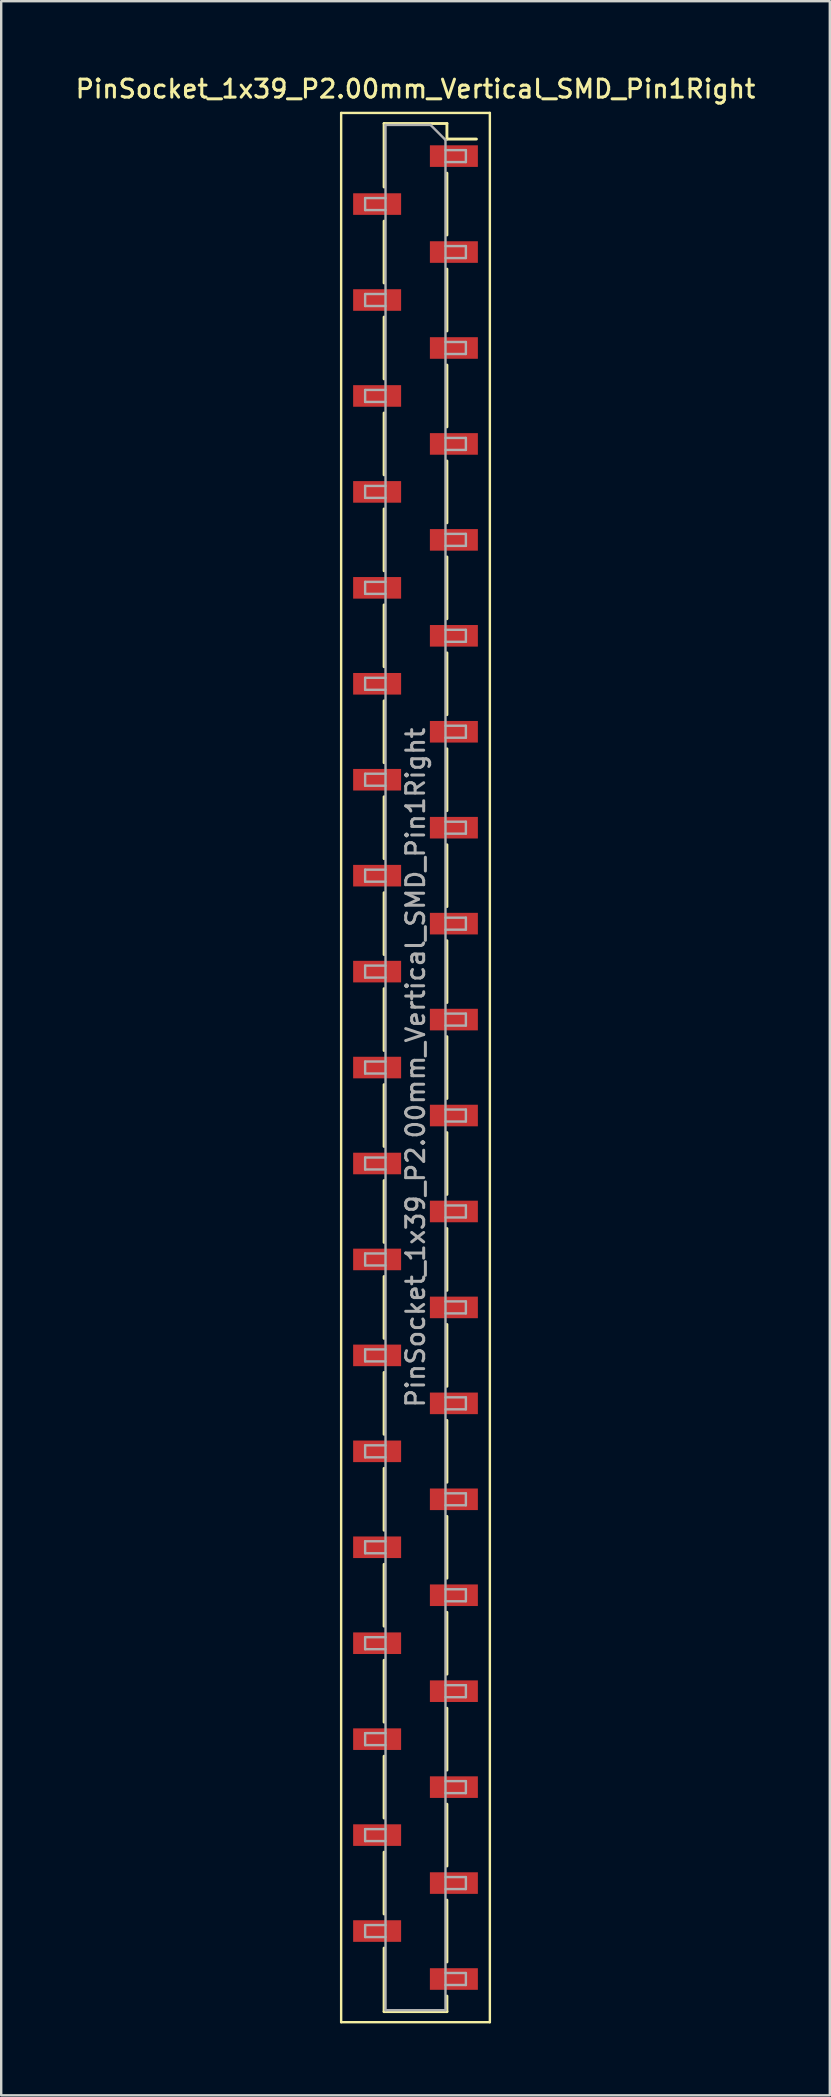
<source format=kicad_pcb>
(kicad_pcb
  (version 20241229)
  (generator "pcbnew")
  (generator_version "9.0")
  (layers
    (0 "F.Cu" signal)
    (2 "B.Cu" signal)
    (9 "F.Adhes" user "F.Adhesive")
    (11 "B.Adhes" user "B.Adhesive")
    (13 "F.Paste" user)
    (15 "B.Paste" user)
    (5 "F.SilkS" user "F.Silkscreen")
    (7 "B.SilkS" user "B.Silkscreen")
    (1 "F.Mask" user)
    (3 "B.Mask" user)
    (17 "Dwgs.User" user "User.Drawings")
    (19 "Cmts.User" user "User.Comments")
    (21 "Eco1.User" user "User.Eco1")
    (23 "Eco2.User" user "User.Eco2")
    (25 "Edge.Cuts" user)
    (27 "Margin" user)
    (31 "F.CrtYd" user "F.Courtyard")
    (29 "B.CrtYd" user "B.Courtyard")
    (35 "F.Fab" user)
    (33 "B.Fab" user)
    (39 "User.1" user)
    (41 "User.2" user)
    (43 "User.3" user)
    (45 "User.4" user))
  (footprint "PinSocket_1x39_P2.00mm_Vertical_SMD_Pin1Right"
    (layer "F.Cu")
    (at 14.273 41.458)
    (property "Reference" "PinSocket_1x39_P2.00mm_Vertical_SMD_Pin1Right" (at 0 -40.8 0) (layer "F.SilkS") (effects (font (size 0.75 0.75) (thickness 0.125))))
    (attr smd)
    (fp_line (start -3.1 -39.8) (end 3.1 -39.8) (stroke (width 0.1) (type solid)) (layer "F.SilkS"))
    (fp_line (start -3.1 39.8) (end -3.1 -39.8) (stroke (width 0.1) (type solid)) (layer "F.SilkS"))
    (fp_line (start -1.31 -39.36) (end -1.31 -36.71) (stroke (width 0.12) (type solid)) (layer "F.SilkS"))
    (fp_line (start -1.31 -39.36) (end 1.31 -39.36) (stroke (width 0.12) (type solid)) (layer "F.SilkS"))
    (fp_line (start -1.31 -35.29) (end -1.31 -32.71) (stroke (width 0.12) (type solid)) (layer "F.SilkS"))
    (fp_line (start -1.31 -31.29) (end -1.31 -28.71) (stroke (width 0.12) (type solid)) (layer "F.SilkS"))
    (fp_line (start -1.31 -27.29) (end -1.31 -24.71) (stroke (width 0.12) (type solid)) (layer "F.SilkS"))
    (fp_line (start -1.31 -23.29) (end -1.31 -20.71) (stroke (width 0.12) (type solid)) (layer "F.SilkS"))
    (fp_line (start -1.31 -19.29) (end -1.31 -16.71) (stroke (width 0.12) (type solid)) (layer "F.SilkS"))
    (fp_line (start -1.31 -15.29) (end -1.31 -12.71) (stroke (width 0.12) (type solid)) (layer "F.SilkS"))
    (fp_line (start -1.31 -11.29) (end -1.31 -8.71) (stroke (width 0.12) (type solid)) (layer "F.SilkS"))
    (fp_line (start -1.31 -7.29) (end -1.31 -4.71) (stroke (width 0.12) (type solid)) (layer "F.SilkS"))
    (fp_line (start -1.31 -3.29) (end -1.31 -0.71) (stroke (width 0.12) (type solid)) (layer "F.SilkS"))
    (fp_line (start -1.31 0.71) (end -1.31 3.29) (stroke (width 0.12) (type solid)) (layer "F.SilkS"))
    (fp_line (start -1.31 4.71) (end -1.31 7.29) (stroke (width 0.12) (type solid)) (layer "F.SilkS"))
    (fp_line (start -1.31 8.71) (end -1.31 11.29) (stroke (width 0.12) (type solid)) (layer "F.SilkS"))
    (fp_line (start -1.31 12.71) (end -1.31 15.29) (stroke (width 0.12) (type solid)) (layer "F.SilkS"))
    (fp_line (start -1.31 16.71) (end -1.31 19.29) (stroke (width 0.12) (type solid)) (layer "F.SilkS"))
    (fp_line (start -1.31 20.71) (end -1.31 23.29) (stroke (width 0.12) (type solid)) (layer "F.SilkS"))
    (fp_line (start -1.31 24.71) (end -1.31 27.29) (stroke (width 0.12) (type solid)) (layer "F.SilkS"))
    (fp_line (start -1.31 28.71) (end -1.31 31.29) (stroke (width 0.12) (type solid)) (layer "F.SilkS"))
    (fp_line (start -1.31 32.71) (end -1.31 35.29) (stroke (width 0.12) (type solid)) (layer "F.SilkS"))
    (fp_line (start -1.31 36.71) (end -1.31 39.36) (stroke (width 0.12) (type solid)) (layer "F.SilkS"))
    (fp_line (start -1.31 39.36) (end 1.31 39.36) (stroke (width 0.12) (type solid)) (layer "F.SilkS"))
    (fp_line (start 1.31 -39.36) (end 1.31 -38.71) (stroke (width 0.12) (type solid)) (layer "F.SilkS"))
    (fp_line (start 1.31 -38.71) (end 2.54 -38.71) (stroke (width 0.12) (type solid)) (layer "F.SilkS"))
    (fp_line (start 1.31 -37.29) (end 1.31 -34.71) (stroke (width 0.12) (type solid)) (layer "F.SilkS"))
    (fp_line (start 1.31 -33.29) (end 1.31 -30.71) (stroke (width 0.12) (type solid)) (layer "F.SilkS"))
    (fp_line (start 1.31 -29.29) (end 1.31 -26.71) (stroke (width 0.12) (type solid)) (layer "F.SilkS"))
    (fp_line (start 1.31 -25.29) (end 1.31 -22.71) (stroke (width 0.12) (type solid)) (layer "F.SilkS"))
    (fp_line (start 1.31 -21.29) (end 1.31 -18.71) (stroke (width 0.12) (type solid)) (layer "F.SilkS"))
    (fp_line (start 1.31 -17.29) (end 1.31 -14.71) (stroke (width 0.12) (type solid)) (layer "F.SilkS"))
    (fp_line (start 1.31 -13.29) (end 1.31 -10.71) (stroke (width 0.12) (type solid)) (layer "F.SilkS"))
    (fp_line (start 1.31 -9.29) (end 1.31 -6.71) (stroke (width 0.12) (type solid)) (layer "F.SilkS"))
    (fp_line (start 1.31 -5.29) (end 1.31 -2.71) (stroke (width 0.12) (type solid)) (layer "F.SilkS"))
    (fp_line (start 1.31 -1.29) (end 1.31 1.29) (stroke (width 0.12) (type solid)) (layer "F.SilkS"))
    (fp_line (start 1.31 2.71) (end 1.31 5.29) (stroke (width 0.12) (type solid)) (layer "F.SilkS"))
    (fp_line (start 1.31 6.71) (end 1.31 9.29) (stroke (width 0.12) (type solid)) (layer "F.SilkS"))
    (fp_line (start 1.31 10.71) (end 1.31 13.29) (stroke (width 0.12) (type solid)) (layer "F.SilkS"))
    (fp_line (start 1.31 14.71) (end 1.31 17.29) (stroke (width 0.12) (type solid)) (layer "F.SilkS"))
    (fp_line (start 1.31 18.71) (end 1.31 21.29) (stroke (width 0.12) (type solid)) (layer "F.SilkS"))
    (fp_line (start 1.31 22.71) (end 1.31 25.29) (stroke (width 0.12) (type solid)) (layer "F.SilkS"))
    (fp_line (start 1.31 26.71) (end 1.31 29.29) (stroke (width 0.12) (type solid)) (layer "F.SilkS"))
    (fp_line (start 1.31 30.71) (end 1.31 33.29) (stroke (width 0.12) (type solid)) (layer "F.SilkS"))
    (fp_line (start 1.31 34.71) (end 1.31 37.29) (stroke (width 0.12) (type solid)) (layer "F.SilkS"))
    (fp_line (start 1.31 38.71) (end 1.31 39.36) (stroke (width 0.12) (type solid)) (layer "F.SilkS"))
    (fp_line (start 3.1 -39.8) (end 3.1 39.8) (stroke (width 0.1) (type solid)) (layer "F.SilkS"))
    (fp_line (start 3.1 39.8) (end -3.1 39.8) (stroke (width 0.1) (type solid)) (layer "F.SilkS"))
    (fp_line (start -2.1 -36.25) (end -1.25 -36.25) (stroke (width 0.1) (type solid)) (layer "F.Fab"))
    (fp_line (start -2.1 -35.75) (end -2.1 -36.25) (stroke (width 0.1) (type solid)) (layer "F.Fab"))
    (fp_line (start -2.1 -32.25) (end -1.25 -32.25) (stroke (width 0.1) (type solid)) (layer "F.Fab"))
    (fp_line (start -2.1 -31.75) (end -2.1 -32.25) (stroke (width 0.1) (type solid)) (layer "F.Fab"))
    (fp_line (start -2.1 -28.25) (end -1.25 -28.25) (stroke (width 0.1) (type solid)) (layer "F.Fab"))
    (fp_line (start -2.1 -27.75) (end -2.1 -28.25) (stroke (width 0.1) (type solid)) (layer "F.Fab"))
    (fp_line (start -2.1 -24.25) (end -1.25 -24.25) (stroke (width 0.1) (type solid)) (layer "F.Fab"))
    (fp_line (start -2.1 -23.75) (end -2.1 -24.25) (stroke (width 0.1) (type solid)) (layer "F.Fab"))
    (fp_line (start -2.1 -20.25) (end -1.25 -20.25) (stroke (width 0.1) (type solid)) (layer "F.Fab"))
    (fp_line (start -2.1 -19.75) (end -2.1 -20.25) (stroke (width 0.1) (type solid)) (layer "F.Fab"))
    (fp_line (start -2.1 -16.25) (end -1.25 -16.25) (stroke (width 0.1) (type solid)) (layer "F.Fab"))
    (fp_line (start -2.1 -15.75) (end -2.1 -16.25) (stroke (width 0.1) (type solid)) (layer "F.Fab"))
    (fp_line (start -2.1 -12.25) (end -1.25 -12.25) (stroke (width 0.1) (type solid)) (layer "F.Fab"))
    (fp_line (start -2.1 -11.75) (end -2.1 -12.25) (stroke (width 0.1) (type solid)) (layer "F.Fab"))
    (fp_line (start -2.1 -8.25) (end -1.25 -8.25) (stroke (width 0.1) (type solid)) (layer "F.Fab"))
    (fp_line (start -2.1 -7.75) (end -2.1 -8.25) (stroke (width 0.1) (type solid)) (layer "F.Fab"))
    (fp_line (start -2.1 -4.25) (end -1.25 -4.25) (stroke (width 0.1) (type solid)) (layer "F.Fab"))
    (fp_line (start -2.1 -3.75) (end -2.1 -4.25) (stroke (width 0.1) (type solid)) (layer "F.Fab"))
    (fp_line (start -2.1 -0.25) (end -1.25 -0.25) (stroke (width 0.1) (type solid)) (layer "F.Fab"))
    (fp_line (start -2.1 0.25) (end -2.1 -0.25) (stroke (width 0.1) (type solid)) (layer "F.Fab"))
    (fp_line (start -2.1 3.75) (end -1.25 3.75) (stroke (width 0.1) (type solid)) (layer "F.Fab"))
    (fp_line (start -2.1 4.25) (end -2.1 3.75) (stroke (width 0.1) (type solid)) (layer "F.Fab"))
    (fp_line (start -2.1 7.75) (end -1.25 7.75) (stroke (width 0.1) (type solid)) (layer "F.Fab"))
    (fp_line (start -2.1 8.25) (end -2.1 7.75) (stroke (width 0.1) (type solid)) (layer "F.Fab"))
    (fp_line (start -2.1 11.75) (end -1.25 11.75) (stroke (width 0.1) (type solid)) (layer "F.Fab"))
    (fp_line (start -2.1 12.25) (end -2.1 11.75) (stroke (width 0.1) (type solid)) (layer "F.Fab"))
    (fp_line (start -2.1 15.75) (end -1.25 15.75) (stroke (width 0.1) (type solid)) (layer "F.Fab"))
    (fp_line (start -2.1 16.25) (end -2.1 15.75) (stroke (width 0.1) (type solid)) (layer "F.Fab"))
    (fp_line (start -2.1 19.75) (end -1.25 19.75) (stroke (width 0.1) (type solid)) (layer "F.Fab"))
    (fp_line (start -2.1 20.25) (end -2.1 19.75) (stroke (width 0.1) (type solid)) (layer "F.Fab"))
    (fp_line (start -2.1 23.75) (end -1.25 23.75) (stroke (width 0.1) (type solid)) (layer "F.Fab"))
    (fp_line (start -2.1 24.25) (end -2.1 23.75) (stroke (width 0.1) (type solid)) (layer "F.Fab"))
    (fp_line (start -2.1 27.75) (end -1.25 27.75) (stroke (width 0.1) (type solid)) (layer "F.Fab"))
    (fp_line (start -2.1 28.25) (end -2.1 27.75) (stroke (width 0.1) (type solid)) (layer "F.Fab"))
    (fp_line (start -2.1 31.75) (end -1.25 31.75) (stroke (width 0.1) (type solid)) (layer "F.Fab"))
    (fp_line (start -2.1 32.25) (end -2.1 31.75) (stroke (width 0.1) (type solid)) (layer "F.Fab"))
    (fp_line (start -2.1 35.75) (end -1.25 35.75) (stroke (width 0.1) (type solid)) (layer "F.Fab"))
    (fp_line (start -2.1 36.25) (end -2.1 35.75) (stroke (width 0.1) (type solid)) (layer "F.Fab"))
    (fp_line (start -1.25 -39.3) (end 0.625 -39.3) (stroke (width 0.1) (type solid)) (layer "F.Fab"))
    (fp_line (start -1.25 -35.75) (end -2.1 -35.75) (stroke (width 0.1) (type solid)) (layer "F.Fab"))
    (fp_line (start -1.25 -31.75) (end -2.1 -31.75) (stroke (width 0.1) (type solid)) (layer "F.Fab"))
    (fp_line (start -1.25 -27.75) (end -2.1 -27.75) (stroke (width 0.1) (type solid)) (layer "F.Fab"))
    (fp_line (start -1.25 -23.75) (end -2.1 -23.75) (stroke (width 0.1) (type solid)) (layer "F.Fab"))
    (fp_line (start -1.25 -19.75) (end -2.1 -19.75) (stroke (width 0.1) (type solid)) (layer "F.Fab"))
    (fp_line (start -1.25 -15.75) (end -2.1 -15.75) (stroke (width 0.1) (type solid)) (layer "F.Fab"))
    (fp_line (start -1.25 -11.75) (end -2.1 -11.75) (stroke (width 0.1) (type solid)) (layer "F.Fab"))
    (fp_line (start -1.25 -7.75) (end -2.1 -7.75) (stroke (width 0.1) (type solid)) (layer "F.Fab"))
    (fp_line (start -1.25 -3.75) (end -2.1 -3.75) (stroke (width 0.1) (type solid)) (layer "F.Fab"))
    (fp_line (start -1.25 0.25) (end -2.1 0.25) (stroke (width 0.1) (type solid)) (layer "F.Fab"))
    (fp_line (start -1.25 4.25) (end -2.1 4.25) (stroke (width 0.1) (type solid)) (layer "F.Fab"))
    (fp_line (start -1.25 8.25) (end -2.1 8.25) (stroke (width 0.1) (type solid)) (layer "F.Fab"))
    (fp_line (start -1.25 12.25) (end -2.1 12.25) (stroke (width 0.1) (type solid)) (layer "F.Fab"))
    (fp_line (start -1.25 16.25) (end -2.1 16.25) (stroke (width 0.1) (type solid)) (layer "F.Fab"))
    (fp_line (start -1.25 20.25) (end -2.1 20.25) (stroke (width 0.1) (type solid)) (layer "F.Fab"))
    (fp_line (start -1.25 24.25) (end -2.1 24.25) (stroke (width 0.1) (type solid)) (layer "F.Fab"))
    (fp_line (start -1.25 28.25) (end -2.1 28.25) (stroke (width 0.1) (type solid)) (layer "F.Fab"))
    (fp_line (start -1.25 32.25) (end -2.1 32.25) (stroke (width 0.1) (type solid)) (layer "F.Fab"))
    (fp_line (start -1.25 36.25) (end -2.1 36.25) (stroke (width 0.1) (type solid)) (layer "F.Fab"))
    (fp_line (start -1.25 39.3) (end -1.25 -39.3) (stroke (width 0.1) (type solid)) (layer "F.Fab"))
    (fp_line (start 0.625 -39.3) (end 1.25 -38.675) (stroke (width 0.1) (type solid)) (layer "F.Fab"))
    (fp_line (start 1.25 -38.675) (end 1.25 39.3) (stroke (width 0.1) (type solid)) (layer "F.Fab"))
    (fp_line (start 1.25 -38.25) (end 2.1 -38.25) (stroke (width 0.1) (type solid)) (layer "F.Fab"))
    (fp_line (start 1.25 -34.25) (end 2.1 -34.25) (stroke (width 0.1) (type solid)) (layer "F.Fab"))
    (fp_line (start 1.25 -30.25) (end 2.1 -30.25) (stroke (width 0.1) (type solid)) (layer "F.Fab"))
    (fp_line (start 1.25 -26.25) (end 2.1 -26.25) (stroke (width 0.1) (type solid)) (layer "F.Fab"))
    (fp_line (start 1.25 -22.25) (end 2.1 -22.25) (stroke (width 0.1) (type solid)) (layer "F.Fab"))
    (fp_line (start 1.25 -18.25) (end 2.1 -18.25) (stroke (width 0.1) (type solid)) (layer "F.Fab"))
    (fp_line (start 1.25 -14.25) (end 2.1 -14.25) (stroke (width 0.1) (type solid)) (layer "F.Fab"))
    (fp_line (start 1.25 -10.25) (end 2.1 -10.25) (stroke (width 0.1) (type solid)) (layer "F.Fab"))
    (fp_line (start 1.25 -6.25) (end 2.1 -6.25) (stroke (width 0.1) (type solid)) (layer "F.Fab"))
    (fp_line (start 1.25 -2.25) (end 2.1 -2.25) (stroke (width 0.1) (type solid)) (layer "F.Fab"))
    (fp_line (start 1.25 1.75) (end 2.1 1.75) (stroke (width 0.1) (type solid)) (layer "F.Fab"))
    (fp_line (start 1.25 5.75) (end 2.1 5.75) (stroke (width 0.1) (type solid)) (layer "F.Fab"))
    (fp_line (start 1.25 9.75) (end 2.1 9.75) (stroke (width 0.1) (type solid)) (layer "F.Fab"))
    (fp_line (start 1.25 13.75) (end 2.1 13.75) (stroke (width 0.1) (type solid)) (layer "F.Fab"))
    (fp_line (start 1.25 17.75) (end 2.1 17.75) (stroke (width 0.1) (type solid)) (layer "F.Fab"))
    (fp_line (start 1.25 21.75) (end 2.1 21.75) (stroke (width 0.1) (type solid)) (layer "F.Fab"))
    (fp_line (start 1.25 25.75) (end 2.1 25.75) (stroke (width 0.1) (type solid)) (layer "F.Fab"))
    (fp_line (start 1.25 29.75) (end 2.1 29.75) (stroke (width 0.1) (type solid)) (layer "F.Fab"))
    (fp_line (start 1.25 33.75) (end 2.1 33.75) (stroke (width 0.1) (type solid)) (layer "F.Fab"))
    (fp_line (start 1.25 37.75) (end 2.1 37.75) (stroke (width 0.1) (type solid)) (layer "F.Fab"))
    (fp_line (start 1.25 39.3) (end -1.25 39.3) (stroke (width 0.1) (type solid)) (layer "F.Fab"))
    (fp_line (start 2.1 -38.25) (end 2.1 -37.75) (stroke (width 0.1) (type solid)) (layer "F.Fab"))
    (fp_line (start 2.1 -37.75) (end 1.25 -37.75) (stroke (width 0.1) (type solid)) (layer "F.Fab"))
    (fp_line (start 2.1 -34.25) (end 2.1 -33.75) (stroke (width 0.1) (type solid)) (layer "F.Fab"))
    (fp_line (start 2.1 -33.75) (end 1.25 -33.75) (stroke (width 0.1) (type solid)) (layer "F.Fab"))
    (fp_line (start 2.1 -30.25) (end 2.1 -29.75) (stroke (width 0.1) (type solid)) (layer "F.Fab"))
    (fp_line (start 2.1 -29.75) (end 1.25 -29.75) (stroke (width 0.1) (type solid)) (layer "F.Fab"))
    (fp_line (start 2.1 -26.25) (end 2.1 -25.75) (stroke (width 0.1) (type solid)) (layer "F.Fab"))
    (fp_line (start 2.1 -25.75) (end 1.25 -25.75) (stroke (width 0.1) (type solid)) (layer "F.Fab"))
    (fp_line (start 2.1 -22.25) (end 2.1 -21.75) (stroke (width 0.1) (type solid)) (layer "F.Fab"))
    (fp_line (start 2.1 -21.75) (end 1.25 -21.75) (stroke (width 0.1) (type solid)) (layer "F.Fab"))
    (fp_line (start 2.1 -18.25) (end 2.1 -17.75) (stroke (width 0.1) (type solid)) (layer "F.Fab"))
    (fp_line (start 2.1 -17.75) (end 1.25 -17.75) (stroke (width 0.1) (type solid)) (layer "F.Fab"))
    (fp_line (start 2.1 -14.25) (end 2.1 -13.75) (stroke (width 0.1) (type solid)) (layer "F.Fab"))
    (fp_line (start 2.1 -13.75) (end 1.25 -13.75) (stroke (width 0.1) (type solid)) (layer "F.Fab"))
    (fp_line (start 2.1 -10.25) (end 2.1 -9.75) (stroke (width 0.1) (type solid)) (layer "F.Fab"))
    (fp_line (start 2.1 -9.75) (end 1.25 -9.75) (stroke (width 0.1) (type solid)) (layer "F.Fab"))
    (fp_line (start 2.1 -6.25) (end 2.1 -5.75) (stroke (width 0.1) (type solid)) (layer "F.Fab"))
    (fp_line (start 2.1 -5.75) (end 1.25 -5.75) (stroke (width 0.1) (type solid)) (layer "F.Fab"))
    (fp_line (start 2.1 -2.25) (end 2.1 -1.75) (stroke (width 0.1) (type solid)) (layer "F.Fab"))
    (fp_line (start 2.1 -1.75) (end 1.25 -1.75) (stroke (width 0.1) (type solid)) (layer "F.Fab"))
    (fp_line (start 2.1 1.75) (end 2.1 2.25) (stroke (width 0.1) (type solid)) (layer "F.Fab"))
    (fp_line (start 2.1 2.25) (end 1.25 2.25) (stroke (width 0.1) (type solid)) (layer "F.Fab"))
    (fp_line (start 2.1 5.75) (end 2.1 6.25) (stroke (width 0.1) (type solid)) (layer "F.Fab"))
    (fp_line (start 2.1 6.25) (end 1.25 6.25) (stroke (width 0.1) (type solid)) (layer "F.Fab"))
    (fp_line (start 2.1 9.75) (end 2.1 10.25) (stroke (width 0.1) (type solid)) (layer "F.Fab"))
    (fp_line (start 2.1 10.25) (end 1.25 10.25) (stroke (width 0.1) (type solid)) (layer "F.Fab"))
    (fp_line (start 2.1 13.75) (end 2.1 14.25) (stroke (width 0.1) (type solid)) (layer "F.Fab"))
    (fp_line (start 2.1 14.25) (end 1.25 14.25) (stroke (width 0.1) (type solid)) (layer "F.Fab"))
    (fp_line (start 2.1 17.75) (end 2.1 18.25) (stroke (width 0.1) (type solid)) (layer "F.Fab"))
    (fp_line (start 2.1 18.25) (end 1.25 18.25) (stroke (width 0.1) (type solid)) (layer "F.Fab"))
    (fp_line (start 2.1 21.75) (end 2.1 22.25) (stroke (width 0.1) (type solid)) (layer "F.Fab"))
    (fp_line (start 2.1 22.25) (end 1.25 22.25) (stroke (width 0.1) (type solid)) (layer "F.Fab"))
    (fp_line (start 2.1 25.75) (end 2.1 26.25) (stroke (width 0.1) (type solid)) (layer "F.Fab"))
    (fp_line (start 2.1 26.25) (end 1.25 26.25) (stroke (width 0.1) (type solid)) (layer "F.Fab"))
    (fp_line (start 2.1 29.75) (end 2.1 30.25) (stroke (width 0.1) (type solid)) (layer "F.Fab"))
    (fp_line (start 2.1 30.25) (end 1.25 30.25) (stroke (width 0.1) (type solid)) (layer "F.Fab"))
    (fp_line (start 2.1 33.75) (end 2.1 34.25) (stroke (width 0.1) (type solid)) (layer "F.Fab"))
    (fp_line (start 2.1 34.25) (end 1.25 34.25) (stroke (width 0.1) (type solid)) (layer "F.Fab"))
    (fp_line (start 2.1 37.75) (end 2.1 38.25) (stroke (width 0.1) (type solid)) (layer "F.Fab"))
    (fp_line (start 2.1 38.25) (end 1.25 38.25) (stroke (width 0.1) (type solid)) (layer "F.Fab"))
    (fp_text user "${REFERENCE}" (at 0 0 90) (layer "F.Fab") (effects (font (size 0.75 0.75) (thickness 0.125))))
    (pad "1" smd rect (at 1.6 -38) (size 2 0.9) (layers "F.Cu" "F.Mask" "F.Paste"))
    (pad "2" smd rect (at -1.6 -36) (size 2 0.9) (layers "F.Cu" "F.Mask" "F.Paste"))
    (pad "3" smd rect (at 1.6 -34) (size 2 0.9) (layers "F.Cu" "F.Mask" "F.Paste"))
    (pad "4" smd rect (at -1.6 -32) (size 2 0.9) (layers "F.Cu" "F.Mask" "F.Paste"))
    (pad "5" smd rect (at 1.6 -30) (size 2 0.9) (layers "F.Cu" "F.Mask" "F.Paste"))
    (pad "6" smd rect (at -1.6 -28) (size 2 0.9) (layers "F.Cu" "F.Mask" "F.Paste"))
    (pad "7" smd rect (at 1.6 -26) (size 2 0.9) (layers "F.Cu" "F.Mask" "F.Paste"))
    (pad "8" smd rect (at -1.6 -24) (size 2 0.9) (layers "F.Cu" "F.Mask" "F.Paste"))
    (pad "9" smd rect (at 1.6 -22) (size 2 0.9) (layers "F.Cu" "F.Mask" "F.Paste"))
    (pad "10" smd rect (at -1.6 -20) (size 2 0.9) (layers "F.Cu" "F.Mask" "F.Paste"))
    (pad "11" smd rect (at 1.6 -18) (size 2 0.9) (layers "F.Cu" "F.Mask" "F.Paste"))
    (pad "12" smd rect (at -1.6 -16) (size 2 0.9) (layers "F.Cu" "F.Mask" "F.Paste"))
    (pad "13" smd rect (at 1.6 -14) (size 2 0.9) (layers "F.Cu" "F.Mask" "F.Paste"))
    (pad "14" smd rect (at -1.6 -12) (size 2 0.9) (layers "F.Cu" "F.Mask" "F.Paste"))
    (pad "15" smd rect (at 1.6 -10) (size 2 0.9) (layers "F.Cu" "F.Mask" "F.Paste"))
    (pad "16" smd rect (at -1.6 -8) (size 2 0.9) (layers "F.Cu" "F.Mask" "F.Paste"))
    (pad "17" smd rect (at 1.6 -6) (size 2 0.9) (layers "F.Cu" "F.Mask" "F.Paste"))
    (pad "18" smd rect (at -1.6 -4) (size 2 0.9) (layers "F.Cu" "F.Mask" "F.Paste"))
    (pad "19" smd rect (at 1.6 -2) (size 2 0.9) (layers "F.Cu" "F.Mask" "F.Paste"))
    (pad "20" smd rect (at -1.6 0) (size 2 0.9) (layers "F.Cu" "F.Mask" "F.Paste"))
    (pad "21" smd rect (at 1.6 2) (size 2 0.9) (layers "F.Cu" "F.Mask" "F.Paste"))
    (pad "22" smd rect (at -1.6 4) (size 2 0.9) (layers "F.Cu" "F.Mask" "F.Paste"))
    (pad "23" smd rect (at 1.6 6) (size 2 0.9) (layers "F.Cu" "F.Mask" "F.Paste"))
    (pad "24" smd rect (at -1.6 8) (size 2 0.9) (layers "F.Cu" "F.Mask" "F.Paste"))
    (pad "25" smd rect (at 1.6 10) (size 2 0.9) (layers "F.Cu" "F.Mask" "F.Paste"))
    (pad "26" smd rect (at -1.6 12) (size 2 0.9) (layers "F.Cu" "F.Mask" "F.Paste"))
    (pad "27" smd rect (at 1.6 14) (size 2 0.9) (layers "F.Cu" "F.Mask" "F.Paste"))
    (pad "28" smd rect (at -1.6 16) (size 2 0.9) (layers "F.Cu" "F.Mask" "F.Paste"))
    (pad "29" smd rect (at 1.6 18) (size 2 0.9) (layers "F.Cu" "F.Mask" "F.Paste"))
    (pad "30" smd rect (at -1.6 20) (size 2 0.9) (layers "F.Cu" "F.Mask" "F.Paste"))
    (pad "31" smd rect (at 1.6 22) (size 2 0.9) (layers "F.Cu" "F.Mask" "F.Paste"))
    (pad "32" smd rect (at -1.6 24) (size 2 0.9) (layers "F.Cu" "F.Mask" "F.Paste"))
    (pad "33" smd rect (at 1.6 26) (size 2 0.9) (layers "F.Cu" "F.Mask" "F.Paste"))
    (pad "34" smd rect (at -1.6 28) (size 2 0.9) (layers "F.Cu" "F.Mask" "F.Paste"))
    (pad "35" smd rect (at 1.6 30) (size 2 0.9) (layers "F.Cu" "F.Mask" "F.Paste"))
    (pad "36" smd rect (at -1.6 32) (size 2 0.9) (layers "F.Cu" "F.Mask" "F.Paste"))
    (pad "37" smd rect (at 1.6 34) (size 2 0.9) (layers "F.Cu" "F.Mask" "F.Paste"))
    (pad "38" smd rect (at -1.6 36) (size 2 0.9) (layers "F.Cu" "F.Mask" "F.Paste"))
    (pad "39" smd rect (at 1.6 38) (size 2 0.9) (layers "F.Cu" "F.Mask" "F.Paste")))
  (gr_rect
    (start -3 -3)
    (end 31.546 84.308)
    (stroke (width 0.1) (type default))
    (fill no)
    (layer "Edge.Cuts")))
</source>
